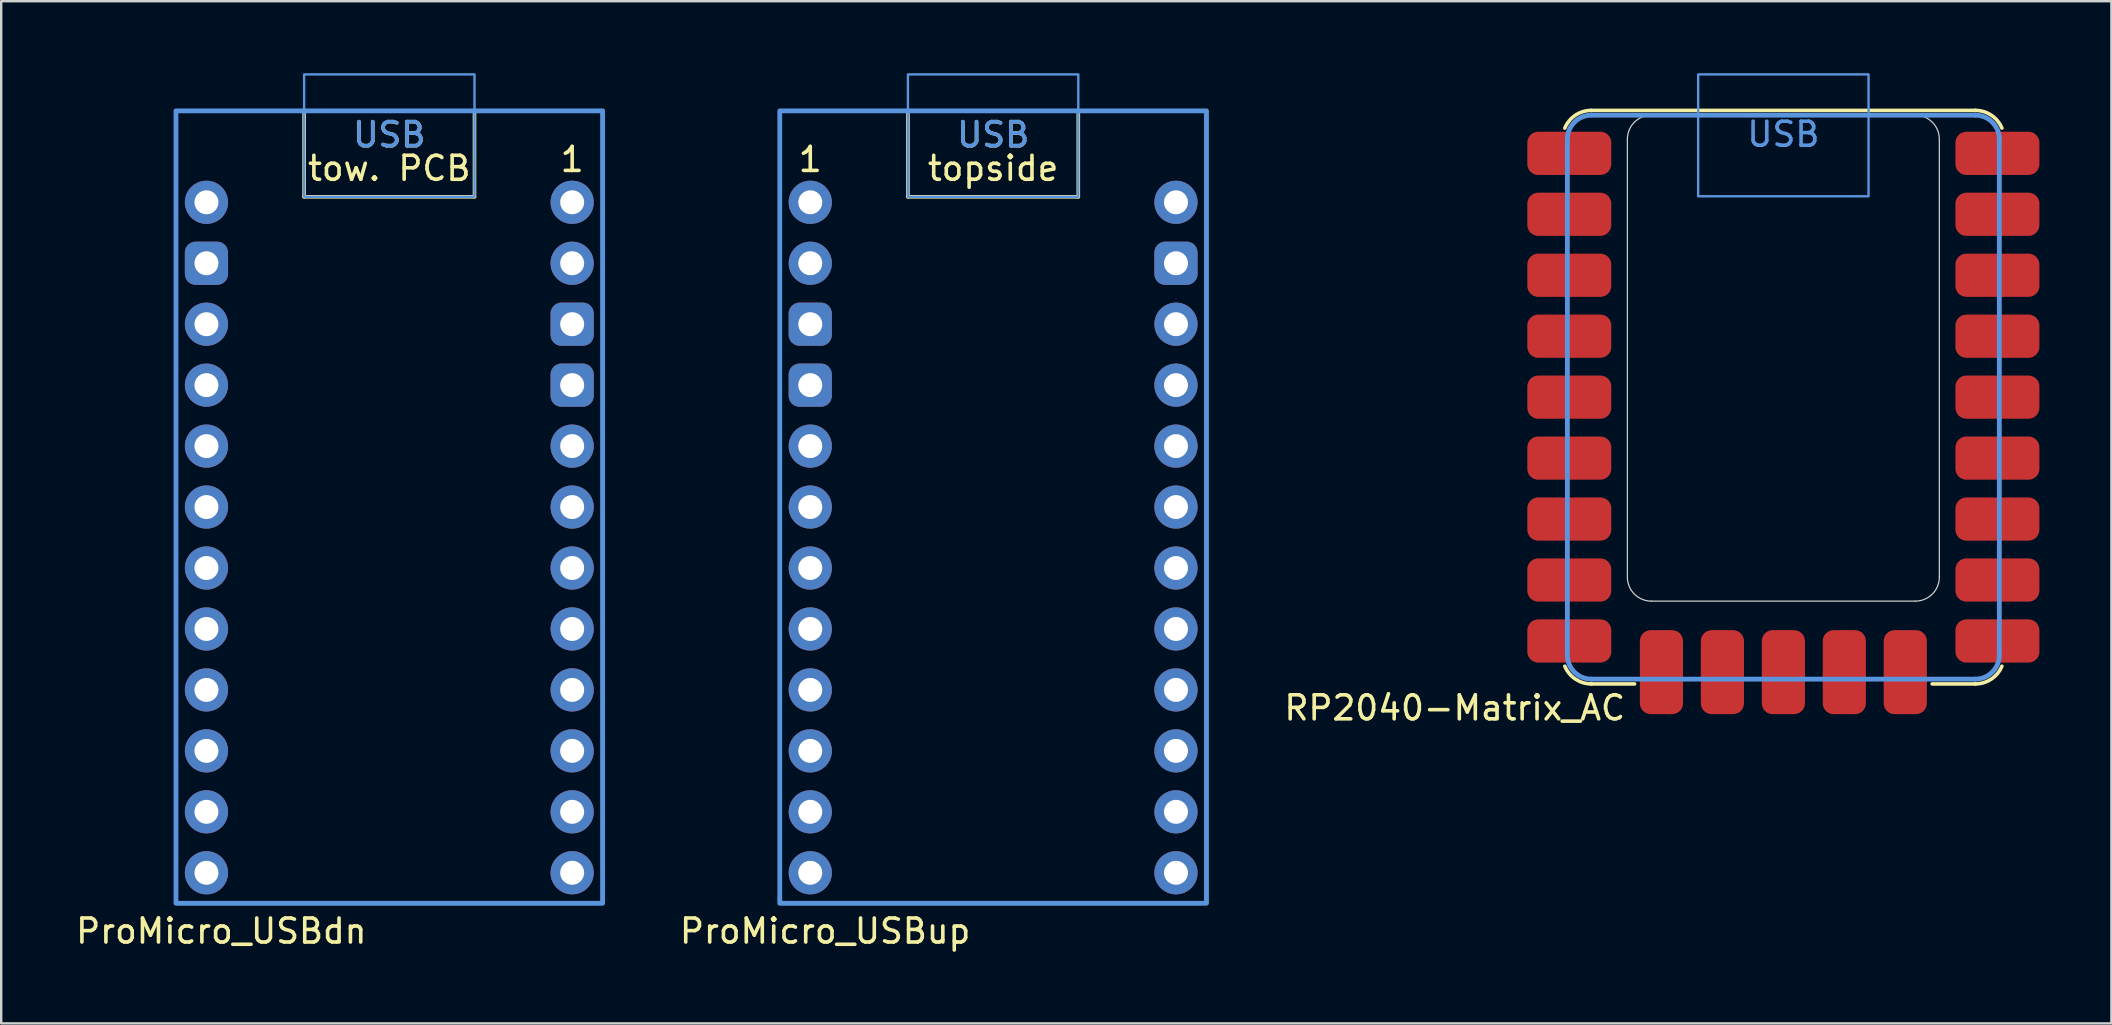
<source format=kicad_pcb>
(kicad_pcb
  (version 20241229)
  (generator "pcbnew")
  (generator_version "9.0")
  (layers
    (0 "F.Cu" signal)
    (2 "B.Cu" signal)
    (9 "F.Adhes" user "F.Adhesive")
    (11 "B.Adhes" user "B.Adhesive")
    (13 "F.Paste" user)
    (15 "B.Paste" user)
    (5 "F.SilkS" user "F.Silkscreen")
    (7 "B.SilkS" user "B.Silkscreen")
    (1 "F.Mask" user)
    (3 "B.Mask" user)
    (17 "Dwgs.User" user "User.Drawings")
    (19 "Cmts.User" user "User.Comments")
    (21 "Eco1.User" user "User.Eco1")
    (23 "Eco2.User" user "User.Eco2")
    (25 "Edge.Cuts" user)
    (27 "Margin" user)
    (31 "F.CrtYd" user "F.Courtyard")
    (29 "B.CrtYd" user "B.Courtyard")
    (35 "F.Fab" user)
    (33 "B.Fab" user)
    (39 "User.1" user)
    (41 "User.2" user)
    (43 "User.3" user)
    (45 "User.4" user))
  (footprint "ProMicro_USBup"
    (layer "F.Cu")
    (at 38.335 19.35)
    (property "Reference" "ProMicro_USBup" (at -7 16.4 0) (unlocked yes) (layer "F.SilkS") (effects (font (size 1 1) (thickness 0.15))))
    (attr through_hole exclude_from_pos_files exclude_from_bom)
    (fp_line (start -3.55 -14.2) (end -3.55 -17.78) (stroke (width 0.15) (type default)) (layer "F.SilkS"))
    (fp_line (start 3.55 -14.2) (end -3.55 -14.2) (stroke (width 0.15) (type default)) (layer "F.SilkS"))
    (fp_line (start 3.55 -14.2) (end 3.55 -17.78) (stroke (width 0.15) (type default)) (layer "F.SilkS"))
    (fp_rect (start -8.89 -17.78) (end 8.89 15.24) (stroke (width 0.15) (type solid)) (fill no) (layer "F.SilkS"))
    (fp_rect (start -3.55 -19.3) (end 3.55 -14.2) (stroke (width 0.1) (type default)) (fill no) (layer "Cmts.User"))
    (fp_rect (start 8.89 -17.78) (end -8.89 15.24) (stroke (width 0.2) (type solid)) (fill no) (layer "Cmts.User"))
    (fp_text user "USB" (at 0 -16.2 0) (unlocked yes) (layer "F.SilkS") (effects (font (size 1 1) (thickness 0.15)) (justify bottom)))
    (fp_text user "1" (at -7.62 -15.17 0) (layer "F.SilkS") (effects (font (size 1 1) (thickness 0.15)) (justify bottom)))
    (fp_text user "topside" (at 0 -14.8 0) (unlocked yes) (layer "F.SilkS") (effects (font (size 1 1) (thickness 0.15)) (justify bottom)))
    (fp_text user "USB" (at 0 -16.2 0) (layer "Cmts.User") (effects (font (size 1 1) (thickness 0.15)) (justify bottom)))
    (pad "1" thru_hole circle (at -7.62 -13.97) (size 1.8 1.8) (drill 1) (layers "*.Cu" "B.Mask"))
    (pad "2" thru_hole circle (at -7.62 -11.43) (size 1.8 1.8) (drill 1) (layers "*.Cu" "B.Mask"))
    (pad "3" thru_hole roundrect (at -7.62 -8.89) (size 1.8 1.8) (drill 1) (layers "*.Cu" "B.Mask") (roundrect_rratio 0.25))
    (pad "4" thru_hole roundrect (at -7.62 -6.35) (size 1.8 1.8) (drill 1) (layers "*.Cu" "B.Mask") (roundrect_rratio 0.25))
    (pad "5" thru_hole circle (at -7.62 -3.81) (size 1.8 1.8) (drill 1) (layers "*.Cu" "B.Mask"))
    (pad "6" thru_hole circle (at -7.62 -1.27) (size 1.8 1.8) (drill 1) (layers "*.Cu" "B.Mask"))
    (pad "7" thru_hole circle (at -7.62 1.27) (size 1.8 1.8) (drill 1) (layers "*.Cu" "B.Mask"))
    (pad "8" thru_hole circle (at -7.62 3.81) (size 1.8 1.8) (drill 1) (layers "*.Cu" "B.Mask"))
    (pad "9" thru_hole circle (at -7.62 6.35) (size 1.8 1.8) (drill 1) (layers "*.Cu" "B.Mask"))
    (pad "10" thru_hole circle (at -7.62 8.89) (size 1.8 1.8) (drill 1) (layers "*.Cu" "B.Mask"))
    (pad "11" thru_hole circle (at -7.62 11.43) (size 1.8 1.8) (drill 1) (layers "*.Cu" "B.Mask"))
    (pad "12" thru_hole circle (at -7.62 13.97) (size 1.8 1.8) (drill 1) (layers "*.Cu" "B.Mask"))
    (pad "13" thru_hole circle (at 7.62 -13.97) (size 1.8 1.8) (drill 1) (layers "*.Cu" "B.Mask"))
    (pad "14" thru_hole roundrect (at 7.62 -11.43) (size 1.8 1.8) (drill 1) (layers "*.Cu" "B.Mask") (roundrect_rratio 0.25))
    (pad "15" thru_hole circle (at 7.62 -8.89) (size 1.8 1.8) (drill 1) (layers "*.Cu" "B.Mask"))
    (pad "16" thru_hole circle (at 7.62 -6.35) (size 1.8 1.8) (drill 1) (layers "*.Cu" "B.Mask"))
    (pad "17" thru_hole circle (at 7.62 -3.81) (size 1.8 1.8) (drill 1) (layers "*.Cu" "B.Mask"))
    (pad "18" thru_hole circle (at 7.62 -1.27) (size 1.8 1.8) (drill 1) (layers "*.Cu" "B.Mask"))
    (pad "19" thru_hole circle (at 7.62 1.27) (size 1.8 1.8) (drill 1) (layers "*.Cu" "B.Mask"))
    (pad "20" thru_hole circle (at 7.62 3.81) (size 1.8 1.8) (drill 1) (layers "*.Cu" "B.Mask"))
    (pad "21" thru_hole circle (at 7.62 6.35) (size 1.8 1.8) (drill 1) (layers "*.Cu" "B.Mask"))
    (pad "22" thru_hole circle (at 7.62 8.89) (size 1.8 1.8) (drill 1) (layers "*.Cu" "B.Mask"))
    (pad "23" thru_hole circle (at 7.62 11.43) (size 1.8 1.8) (drill 1) (layers "*.Cu" "B.Mask"))
    (pad "24" thru_hole circle (at 7.62 13.97) (size 1.8 1.8) (drill 1) (layers "*.Cu" "B.Mask")))
  (footprint "RP2040-Matrix_AC"
    (layer "F.Cu")
    (at 71.266 13.5)
    (property "Reference" "RP2040-Matrix_AC" (at -6.5 12.95 0) (layer "F.SilkS") (effects (font (size 1 1) (thickness 0.15)) (justify right)))
    (attr smd exclude_from_pos_files exclude_from_bom)
    (fp_line (start -8 -11.95) (end 8 -11.95) (stroke (width 0.15) (type default)) (layer "F.SilkS"))
    (fp_line (start -8 11.95) (end -6.2 11.95) (stroke (width 0.15) (type default)) (layer "F.SilkS"))
    (fp_line (start 8 11.95) (end 6.2 11.95) (stroke (width 0.15) (type default)) (layer "F.SilkS"))
    (fp_arc (start -9.107693 -11.211539) (mid -8.665641 -11.748461) (end -8.000001 -11.950001) (stroke (width 0.15) (type default)) (layer "F.SilkS"))
    (fp_arc (start -8.000001 11.950001) (mid -8.665641 11.748461) (end -9.107693 11.211539) (stroke (width 0.15) (type default)) (layer "F.SilkS"))
    (fp_arc (start 8.000001 -11.950001) (mid 8.665641 -11.748461) (end 9.107693 -11.211539) (stroke (width 0.15) (type default)) (layer "F.SilkS"))
    (fp_arc (start 9.107693 11.211539) (mid 8.665641 11.748461) (end 8.000001 11.950001) (stroke (width 0.15) (type default)) (layer "F.SilkS"))
    (fp_line (start -9 10.75) (end -9 -10.75) (stroke (width 0.2) (type default)) (layer "Cmts.User"))
    (fp_line (start -8 -11.75) (end 8 -11.75) (stroke (width 0.2) (type default)) (layer "Cmts.User"))
    (fp_line (start 8 11.75) (end -8 11.75) (stroke (width 0.2) (type default)) (layer "Cmts.User"))
    (fp_line (start 9 -10.75) (end 9 10.75) (stroke (width 0.2) (type default)) (layer "Cmts.User"))
    (fp_rect (start -3.55 -13.45) (end 3.55 -8.37) (stroke (width 0.1) (type default)) (fill no) (layer "Cmts.User"))
    (fp_arc (start -9 -10.75) (mid -8.707107 -11.457107) (end -8 -11.75) (stroke (width 0.2) (type default)) (layer "Cmts.User"))
    (fp_arc (start -8 11.75) (mid -8.707107 11.457107) (end -9 10.75) (stroke (width 0.2) (type default)) (layer "Cmts.User"))
    (fp_arc (start 8 -11.75) (mid 8.707107 -11.457107) (end 9 -10.75) (stroke (width 0.2) (type default)) (layer "Cmts.User"))
    (fp_arc (start 9 10.75) (mid 8.707107 11.457107) (end 8 11.75) (stroke (width 0.2) (type default)) (layer "Cmts.User"))
    (fp_line (start -6.5 7.5) (end -6.5 -10.75) (stroke (width 0.05) (type default)) (layer "Edge.Cuts"))
    (fp_line (start -5.5 -11.75) (end 5.5 -11.75) (stroke (width 0.05) (type default)) (layer "Edge.Cuts"))
    (fp_line (start 5.5 8.5) (end -5.5 8.5) (stroke (width 0.05) (type default)) (layer "Edge.Cuts"))
    (fp_line (start 6.5 -10.75) (end 6.5 7.5) (stroke (width 0.05) (type default)) (layer "Edge.Cuts"))
    (fp_arc (start -6.5 -10.75) (mid -6.207107 -11.457107) (end -5.5 -11.75) (stroke (width 0.05) (type default)) (layer "Edge.Cuts"))
    (fp_arc (start -5.5 8.5) (mid -6.207107 8.207107) (end -6.5 7.5) (stroke (width 0.05) (type default)) (layer "Edge.Cuts"))
    (fp_arc (start 5.5 -11.75) (mid 6.207107 -11.457107) (end 6.5 -10.75) (stroke (width 0.05) (type default)) (layer "Edge.Cuts"))
    (fp_arc (start 6.5 7.5) (mid 6.207107 8.207107) (end 5.5 8.5) (stroke (width 0.05) (type default)) (layer "Edge.Cuts"))
    (fp_text user "USB" (at 0 -10.37 0) (layer "Cmts.User") (effects (font (size 1 1) (thickness 0.15)) (justify bottom)))
    (pad "1" smd roundrect (at -8.92 -10.16) (size 3.5 1.8) (layers "F.Cu" "F.Mask") (roundrect_rratio 0.25))
    (pad "2" smd roundrect (at -8.92 -7.62) (size 3.5 1.8) (layers "F.Cu" "F.Mask") (roundrect_rratio 0.25))
    (pad "3" smd roundrect (at -8.92 -5.08) (size 3.5 1.8) (layers "F.Cu" "F.Mask") (roundrect_rratio 0.25))
    (pad "4" smd roundrect (at -8.92 -2.54) (size 3.5 1.8) (layers "F.Cu" "F.Mask") (roundrect_rratio 0.25))
    (pad "5" smd roundrect (at -8.92 0) (size 3.5 1.8) (layers "F.Cu" "F.Mask") (roundrect_rratio 0.25))
    (pad "6" smd roundrect (at -8.92 2.54) (size 3.5 1.8) (layers "F.Cu" "F.Mask") (roundrect_rratio 0.25))
    (pad "7" smd roundrect (at -8.92 5.08) (size 3.5 1.8) (layers "F.Cu" "F.Mask") (roundrect_rratio 0.25))
    (pad "8" smd roundrect (at -8.92 7.62) (size 3.5 1.8) (layers "F.Cu" "F.Mask") (roundrect_rratio 0.25))
    (pad "9" smd roundrect (at -8.92 10.16) (size 3.5 1.8) (layers "F.Cu" "F.Mask") (roundrect_rratio 0.25))
    (pad "10" smd roundrect (at 8.92 -10.16 180) (size 3.5 1.8) (layers "F.Cu" "F.Mask") (roundrect_rratio 0.25))
    (pad "11" smd roundrect (at 8.92 -7.62 180) (size 3.5 1.8) (layers "F.Cu" "F.Mask") (roundrect_rratio 0.25))
    (pad "12" smd roundrect (at 8.92 -5.08 180) (size 3.5 1.8) (layers "F.Cu" "F.Mask") (roundrect_rratio 0.25))
    (pad "13" smd roundrect (at 8.92 -2.54) (size 3.5 1.8) (layers "F.Cu" "F.Mask") (roundrect_rratio 0.25))
    (pad "14" smd roundrect (at 8.92 0) (size 3.5 1.8) (layers "F.Cu" "F.Mask") (roundrect_rratio 0.25))
    (pad "15" smd roundrect (at 8.92 2.54) (size 3.5 1.8) (layers "F.Cu" "F.Mask") (roundrect_rratio 0.25))
    (pad "16" smd roundrect (at 8.92 5.08) (size 3.5 1.8) (layers "F.Cu" "F.Mask") (roundrect_rratio 0.25))
    (pad "17" smd roundrect (at 8.92 7.62) (size 3.5 1.8) (layers "F.Cu" "F.Mask") (roundrect_rratio 0.25))
    (pad "18" smd roundrect (at 8.92 10.16) (size 3.5 1.8) (layers "F.Cu" "F.Mask") (roundrect_rratio 0.25))
    (pad "19" smd roundrect (at -5.08 11.46 270) (size 3.5 1.8) (layers "F.Cu" "F.Mask") (roundrect_rratio 0.25))
    (pad "20" smd roundrect (at -2.54 11.46 270) (size 3.5 1.8) (layers "F.Cu" "F.Mask") (roundrect_rratio 0.25))
    (pad "21" smd roundrect (at 0 11.46 270) (size 3.5 1.8) (layers "F.Cu" "F.Mask") (roundrect_rratio 0.25))
    (pad "22" smd roundrect (at 2.54 11.46 270) (size 3.5 1.8) (layers "F.Cu" "F.Mask") (roundrect_rratio 0.25))
    (pad "23" smd roundrect (at 5.08 11.46 270) (size 3.5 1.8) (layers "F.Cu" "F.Mask") (roundrect_rratio 0.25)))
  (footprint "ProMicro_USBdn"
    (layer "F.Cu")
    (at 13.173 19.35)
    (property "Reference" "ProMicro_USBdn" (at -7 16.4 0) (unlocked yes) (layer "F.SilkS") (effects (font (size 1 1) (thickness 0.15))))
    (attr through_hole exclude_from_pos_files exclude_from_bom)
    (fp_line (start -3.55 -14.2) (end -3.55 -17.78) (stroke (width 0.15) (type default)) (layer "F.SilkS"))
    (fp_line (start 3.55 -14.2) (end -3.55 -14.2) (stroke (width 0.15) (type default)) (layer "F.SilkS"))
    (fp_line (start 3.55 -14.2) (end 3.55 -17.78) (stroke (width 0.15) (type default)) (layer "F.SilkS"))
    (fp_rect (start -8.89 -17.78) (end 8.89 15.24) (stroke (width 0.15) (type solid)) (fill no) (layer "F.SilkS"))
    (fp_rect (start -3.55 -19.3) (end 3.55 -14.2) (stroke (width 0.1) (type default)) (fill no) (layer "Cmts.User"))
    (fp_rect (start 8.89 -17.78) (end -8.89 15.24) (stroke (width 0.2) (type solid)) (fill no) (layer "Cmts.User"))
    (fp_text user "1" (at 7.62 -15.17 0) (layer "F.SilkS") (effects (font (size 1 1) (thickness 0.15)) (justify bottom)))
    (fp_text user "USB" (at 0 -16.2 0) (unlocked yes) (layer "F.SilkS") (effects (font (size 1 1) (thickness 0.15)) (justify bottom)))
    (fp_text user "tow. PCB" (at 0 -14.8 0) (unlocked yes) (layer "F.SilkS") (effects (font (size 1 1) (thickness 0.15)) (justify bottom)))
    (fp_text user "USB" (at 0 -16.2 0) (layer "Cmts.User") (effects (font (size 1 1) (thickness 0.15)) (justify bottom)))
    (pad "1" thru_hole circle (at 7.62 -13.97) (size 1.8 1.8) (drill 1) (layers "*.Cu" "B.Mask"))
    (pad "2" thru_hole circle (at 7.62 -11.43) (size 1.8 1.8) (drill 1) (layers "*.Cu" "B.Mask"))
    (pad "3" thru_hole roundrect (at 7.62 -8.89) (size 1.8 1.8) (drill 1) (layers "*.Cu" "B.Mask") (roundrect_rratio 0.25))
    (pad "4" thru_hole roundrect (at 7.62 -6.35) (size 1.8 1.8) (drill 1) (layers "*.Cu" "B.Mask") (roundrect_rratio 0.25))
    (pad "5" thru_hole circle (at 7.62 -3.81) (size 1.8 1.8) (drill 1) (layers "*.Cu" "B.Mask"))
    (pad "6" thru_hole circle (at 7.62 -1.27) (size 1.8 1.8) (drill 1) (layers "*.Cu" "B.Mask"))
    (pad "7" thru_hole circle (at 7.62 1.27) (size 1.8 1.8) (drill 1) (layers "*.Cu" "B.Mask"))
    (pad "8" thru_hole circle (at 7.62 3.81) (size 1.8 1.8) (drill 1) (layers "*.Cu" "B.Mask"))
    (pad "9" thru_hole circle (at 7.62 6.35) (size 1.8 1.8) (drill 1) (layers "*.Cu" "B.Mask"))
    (pad "10" thru_hole circle (at 7.62 8.89) (size 1.8 1.8) (drill 1) (layers "*.Cu" "B.Mask"))
    (pad "11" thru_hole circle (at 7.62 11.43) (size 1.8 1.8) (drill 1) (layers "*.Cu" "B.Mask"))
    (pad "12" thru_hole circle (at 7.62 13.97) (size 1.8 1.8) (drill 1) (layers "*.Cu" "B.Mask"))
    (pad "13" thru_hole circle (at -7.62 -13.97) (size 1.8 1.8) (drill 1) (layers "*.Cu" "B.Mask"))
    (pad "14" thru_hole roundrect (at -7.62 -11.43) (size 1.8 1.8) (drill 1) (layers "*.Cu" "B.Mask") (roundrect_rratio 0.25))
    (pad "15" thru_hole circle (at -7.62 -8.89) (size 1.8 1.8) (drill 1) (layers "*.Cu" "B.Mask"))
    (pad "16" thru_hole circle (at -7.62 -6.35) (size 1.8 1.8) (drill 1) (layers "*.Cu" "B.Mask"))
    (pad "17" thru_hole circle (at -7.62 -3.81) (size 1.8 1.8) (drill 1) (layers "*.Cu" "B.Mask"))
    (pad "18" thru_hole circle (at -7.62 -1.27) (size 1.8 1.8) (drill 1) (layers "*.Cu" "B.Mask"))
    (pad "19" thru_hole circle (at -7.62 1.27) (size 1.8 1.8) (drill 1) (layers "*.Cu" "B.Mask"))
    (pad "20" thru_hole circle (at -7.62 3.81) (size 1.8 1.8) (drill 1) (layers "*.Cu" "B.Mask"))
    (pad "21" thru_hole circle (at -7.62 6.35) (size 1.8 1.8) (drill 1) (layers "*.Cu" "B.Mask"))
    (pad "22" thru_hole circle (at -7.62 8.89) (size 1.8 1.8) (drill 1) (layers "*.Cu" "B.Mask"))
    (pad "23" thru_hole circle (at -7.62 11.43) (size 1.8 1.8) (drill 1) (layers "*.Cu" "B.Mask"))
    (pad "24" thru_hole circle (at -7.62 13.97) (size 1.8 1.8) (drill 1) (layers "*.Cu" "B.Mask")))
  (gr_rect
    (start -3 -3)
    (end 84.936 39.598)
    (stroke (width 0.1) (type default))
    (fill no)
    (layer "Edge.Cuts")))
</source>
